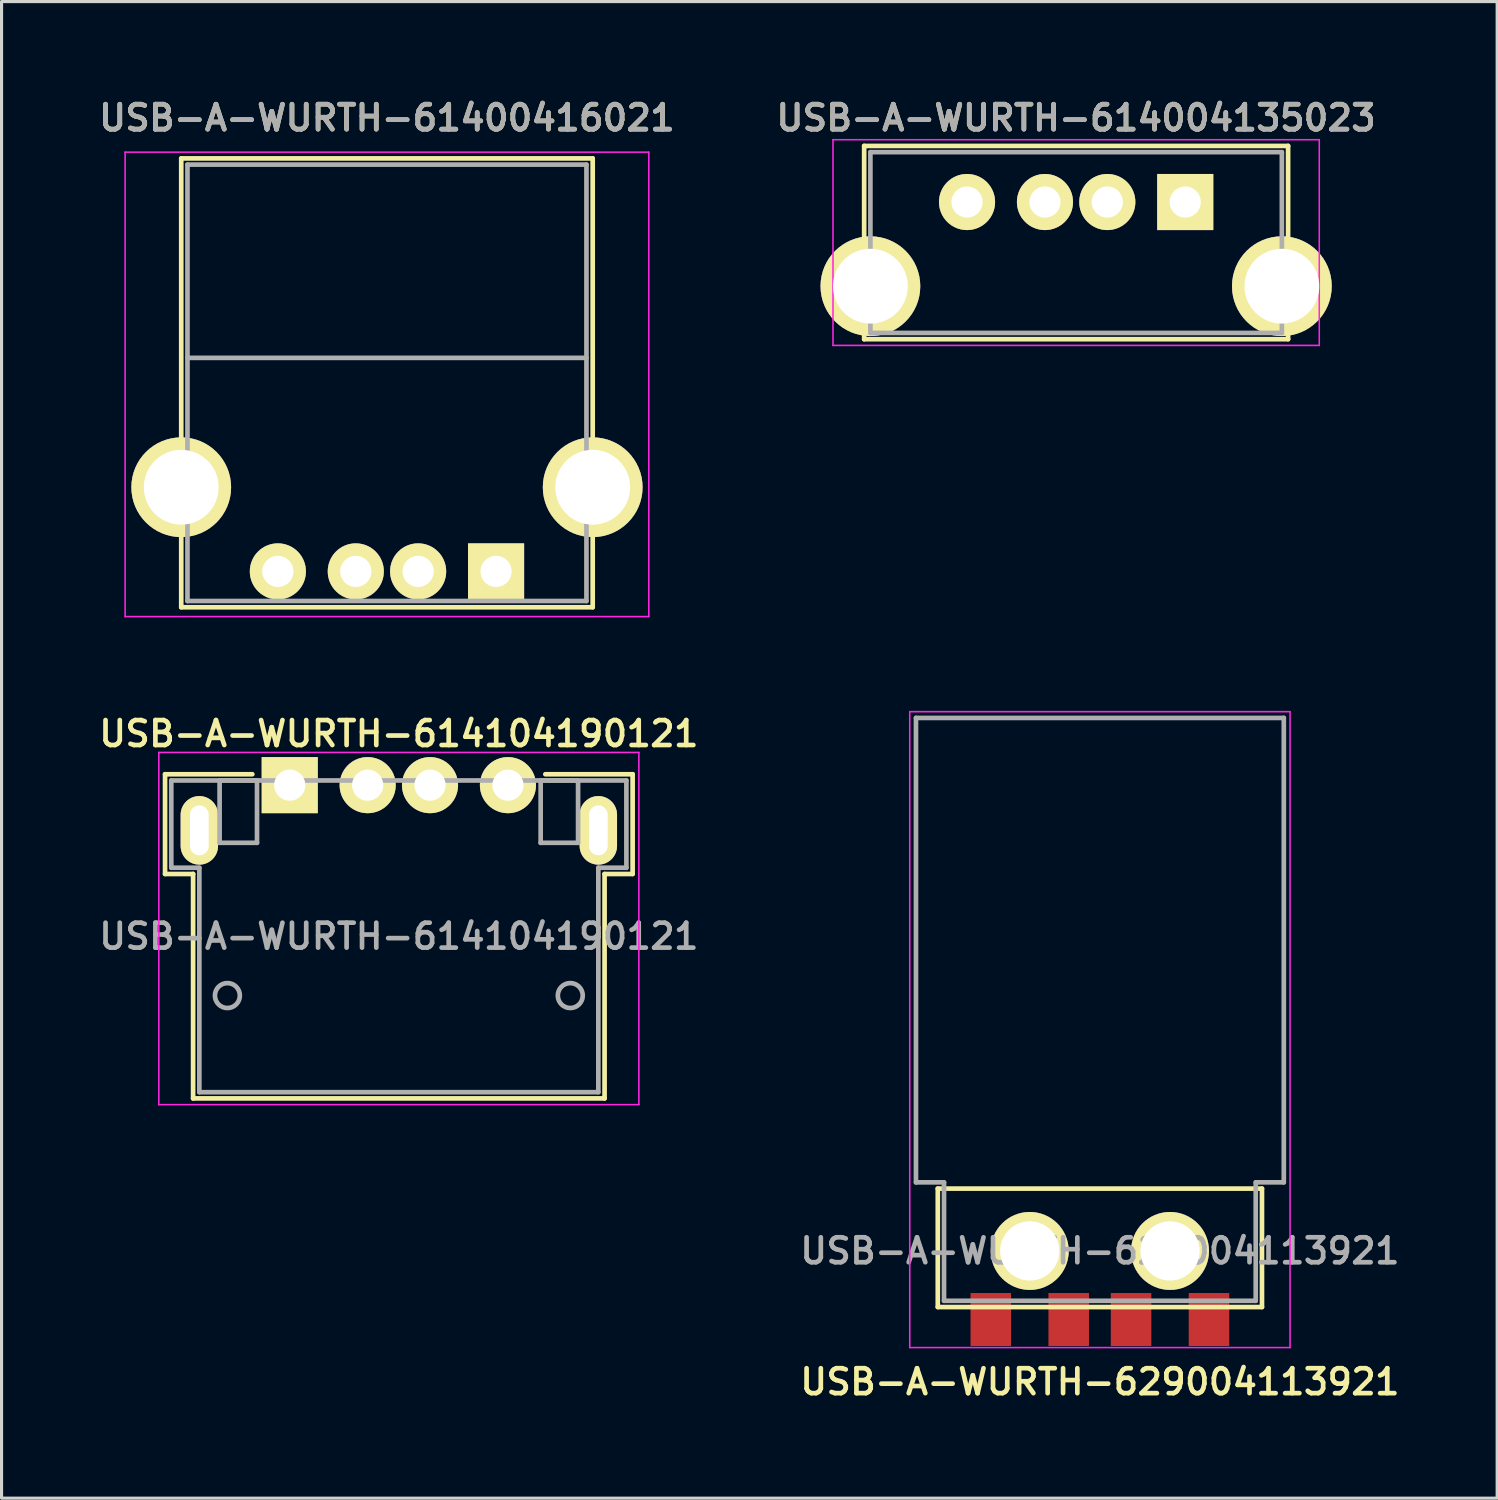
<source format=kicad_pcb>
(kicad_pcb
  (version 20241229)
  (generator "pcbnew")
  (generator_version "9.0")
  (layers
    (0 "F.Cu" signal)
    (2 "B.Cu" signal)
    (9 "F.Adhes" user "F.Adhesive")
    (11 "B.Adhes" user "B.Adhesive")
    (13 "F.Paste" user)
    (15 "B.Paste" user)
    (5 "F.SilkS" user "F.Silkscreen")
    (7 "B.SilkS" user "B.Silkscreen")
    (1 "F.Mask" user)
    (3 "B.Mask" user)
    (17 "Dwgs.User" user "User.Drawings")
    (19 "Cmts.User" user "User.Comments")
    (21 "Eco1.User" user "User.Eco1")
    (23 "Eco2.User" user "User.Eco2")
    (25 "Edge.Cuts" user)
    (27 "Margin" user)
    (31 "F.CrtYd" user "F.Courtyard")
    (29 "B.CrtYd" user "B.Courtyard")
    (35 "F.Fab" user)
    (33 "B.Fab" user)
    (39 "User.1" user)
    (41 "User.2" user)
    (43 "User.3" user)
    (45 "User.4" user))
  (footprint "USB-A-WURTH-61400416021"
    (layer "F.Cu")
    (at 9.364 9.231)
    (property "Reference" "USB-A-WURTH-61400416021" (at 0 -8.5 0) (layer "F.SilkS") (effects (font (size 0.8 0.8) (thickness 0.15))))
    (attr through_hole)
    (fp_line (start -6.6 -7.2) (end 6.6 -7.2) (stroke (width 0.15) (type solid)) (layer "F.SilkS"))
    (fp_line (start -6.6 7.2) (end -6.6 -7.2) (stroke (width 0.15) (type solid)) (layer "F.SilkS"))
    (fp_line (start -6.6 7.2) (end 6.6 7.2) (stroke (width 0.15) (type solid)) (layer "F.SilkS"))
    (fp_line (start 6.6 -7.2) (end 6.6 7.2) (stroke (width 0.15) (type solid)) (layer "F.SilkS"))
    (fp_line (start -8.4 -7.4) (end 8.4 -7.4) (stroke (width 0.05) (type solid)) (layer "F.CrtYd"))
    (fp_line (start -8.4 7.5) (end -8.4 -7.4) (stroke (width 0.05) (type solid)) (layer "F.CrtYd"))
    (fp_line (start 8.4 -7.4) (end 8.4 7.5) (stroke (width 0.05) (type solid)) (layer "F.CrtYd"))
    (fp_line (start 8.4 7.5) (end -8.4 7.5) (stroke (width 0.05) (type solid)) (layer "F.CrtYd"))
    (fp_line (start -6.4 -7) (end 6.4 -7) (stroke (width 0.15) (type solid)) (layer "F.Fab"))
    (fp_line (start -6.4 -0.8) (end 6.4 -0.8) (stroke (width 0.15) (type solid)) (layer "F.Fab"))
    (fp_line (start -6.4 7) (end -6.4 -7) (stroke (width 0.15) (type solid)) (layer "F.Fab"))
    (fp_line (start 6.4 -7) (end 6.4 7) (stroke (width 0.15) (type solid)) (layer "F.Fab"))
    (fp_line (start 6.4 7) (end -6.4 7) (stroke (width 0.15) (type solid)) (layer "F.Fab"))
    (fp_text user "${REFERENCE}" (at 0 -8.5 0) (layer "F.Fab") (effects (font (size 0.8 0.8) (thickness 0.15))))
    (pad "1" thru_hole rect (at 3.5 6.05) (size 1.8 1.8) (drill 1) (layers "*.Cu" "*.Mask" "F.SilkS"))
    (pad "3" thru_hole circle (at -1 6.05) (size 1.8 1.8) (drill 1) (layers "*.Cu" "*.Mask" "F.SilkS"))
    (pad "3" thru_hole circle (at 1 6.05) (size 1.8 1.8) (drill 1) (layers "*.Cu" "*.Mask" "F.SilkS"))
    (pad "4" thru_hole circle (at -3.5 6.05) (size 1.8 1.8) (drill 1) (layers "*.Cu" "*.Mask" "F.SilkS"))
    (pad "S1" thru_hole circle (at -6.6 3.35) (size 3.2 3.2) (drill 2.4) (layers "*.Cu" "*.Mask" "F.SilkS"))
    (pad "S2" thru_hole circle (at 6.6 3.35) (size 3.2 3.2) (drill 2.4) (layers "*.Cu" "*.Mask" "F.SilkS")))
  (footprint "USB-A-WURTH-614104190121"
    (layer "F.Cu")
    (at 9.745 26.988)
    (property "Reference" "USB-A-WURTH-614104190121" (at 0 -6.5 0) (layer "F.SilkS") (effects (font (size 0.8 0.8) (thickness 0.15))))
    (attr through_hole)
    (fp_line (start -7.5 -5.2) (end -4.7 -5.2) (stroke (width 0.15) (type solid)) (layer "F.SilkS"))
    (fp_line (start -7.5 -2) (end -7.5 -5.2) (stroke (width 0.15) (type solid)) (layer "F.SilkS"))
    (fp_line (start -6.6 -2) (end -7.5 -2) (stroke (width 0.15) (type solid)) (layer "F.SilkS"))
    (fp_line (start -6.6 5.2) (end -6.6 -2) (stroke (width 0.15) (type solid)) (layer "F.SilkS"))
    (fp_line (start -6.6 5.2) (end 6.6 5.2) (stroke (width 0.15) (type solid)) (layer "F.SilkS"))
    (fp_line (start 6.6 -2) (end 6.6 5.2) (stroke (width 0.15) (type solid)) (layer "F.SilkS"))
    (fp_line (start 7.5 -5.2) (end 4.7 -5.2) (stroke (width 0.15) (type solid)) (layer "F.SilkS"))
    (fp_line (start 7.5 -2) (end 6.6 -2) (stroke (width 0.15) (type solid)) (layer "F.SilkS"))
    (fp_line (start 7.5 -2) (end 7.5 -5.2) (stroke (width 0.15) (type solid)) (layer "F.SilkS"))
    (fp_line (start -7.7 -5.9) (end 7.7 -5.9) (stroke (width 0.05) (type solid)) (layer "F.CrtYd"))
    (fp_line (start -7.7 5.4) (end -7.7 -5.9) (stroke (width 0.05) (type solid)) (layer "F.CrtYd"))
    (fp_line (start 7.7 -5.9) (end 7.7 5.4) (stroke (width 0.05) (type solid)) (layer "F.CrtYd"))
    (fp_line (start 7.7 5.4) (end -7.7 5.4) (stroke (width 0.05) (type solid)) (layer "F.CrtYd"))
    (fp_line (start -7.3 -5) (end 7.3 -5) (stroke (width 0.15) (type solid)) (layer "F.Fab"))
    (fp_line (start -7.3 -2.2) (end -7.3 -5) (stroke (width 0.15) (type solid)) (layer "F.Fab"))
    (fp_line (start -6.4 -2.2) (end -7.3 -2.2) (stroke (width 0.15) (type solid)) (layer "F.Fab"))
    (fp_line (start -6.4 5) (end -6.4 -2.2) (stroke (width 0.15) (type solid)) (layer "F.Fab"))
    (fp_line (start -5.75 -5) (end -4.55 -5) (stroke (width 0.15) (type solid)) (layer "F.Fab"))
    (fp_line (start -5.75 -3) (end -5.75 -5) (stroke (width 0.15) (type solid)) (layer "F.Fab"))
    (fp_line (start -4.55 -5) (end -4.55 -3) (stroke (width 0.15) (type solid)) (layer "F.Fab"))
    (fp_line (start -4.55 -3) (end -5.75 -3) (stroke (width 0.15) (type solid)) (layer "F.Fab"))
    (fp_line (start 4.55 -5) (end 5.75 -5) (stroke (width 0.15) (type solid)) (layer "F.Fab"))
    (fp_line (start 4.55 -3) (end 4.55 -5) (stroke (width 0.15) (type solid)) (layer "F.Fab"))
    (fp_line (start 5.75 -5) (end 5.75 -3) (stroke (width 0.15) (type solid)) (layer "F.Fab"))
    (fp_line (start 5.75 -3) (end 4.55 -3) (stroke (width 0.15) (type solid)) (layer "F.Fab"))
    (fp_line (start 6.4 -2.2) (end 6.4 5) (stroke (width 0.15) (type solid)) (layer "F.Fab"))
    (fp_line (start 6.4 -2.2) (end 7.3 -2.2) (stroke (width 0.15) (type solid)) (layer "F.Fab"))
    (fp_line (start 6.4 5) (end -6.4 5) (stroke (width 0.15) (type solid)) (layer "F.Fab"))
    (fp_line (start 7.3 -2.2) (end 7.3 -5) (stroke (width 0.15) (type solid)) (layer "F.Fab"))
    (fp_circle (center -5.5 1.9) (end -5.1 1.9) (stroke (width 0.15) (type solid)) (fill no) (layer "F.Fab"))
    (fp_circle (center 5.5 1.9) (end 5.9 1.9) (stroke (width 0.15) (type solid)) (fill no) (layer "F.Fab"))
    (fp_text user "${REFERENCE}" (at 0 0 0) (layer "F.Fab") (effects (font (size 0.8 0.8) (thickness 0.15))))
    (pad "1" thru_hole rect (at -3.5 -4.85) (size 1.8 1.8) (drill 1) (layers "*.Cu" "*.Mask" "F.SilkS"))
    (pad "2" thru_hole circle (at -1 -4.85) (size 1.8 1.8) (drill 1) (layers "*.Cu" "*.Mask" "F.SilkS"))
    (pad "3" thru_hole circle (at 1 -4.85) (size 1.8 1.8) (drill 1) (layers "*.Cu" "*.Mask" "F.SilkS"))
    (pad "4" thru_hole circle (at 3.5 -4.85) (size 1.8 1.8) (drill 1) (layers "*.Cu" "*.Mask" "F.SilkS"))
    (pad "S1" thru_hole oval (at -6.4 -3.4) (size 1.2 2.2) (drill oval 0.6 1.6) (layers "*.Cu" "*.Mask" "F.SilkS"))
    (pad "S2" thru_hole oval (at 6.4 -3.4) (size 1.2 2.2) (drill oval 0.6 1.6) (layers "*.Cu" "*.Mask" "F.SilkS")))
  (footprint "USB-A-WURTH-629004113921"
    (layer "F.Cu")
    (at 32.235 29.281)
    (property "Reference" "USB-A-WURTH-629004113921" (at 0 12 0) (layer "F.SilkS") (effects (font (size 0.8 0.8) (thickness 0.15))))
    (attr through_hole)
    (fp_line (start -5.2 5.8) (end 5.2 5.8) (stroke (width 0.15) (type solid)) (layer "F.SilkS"))
    (fp_line (start -5.2 9.6) (end -5.2 5.8) (stroke (width 0.15) (type solid)) (layer "F.SilkS"))
    (fp_line (start -5.2 9.6) (end 5.2 9.6) (stroke (width 0.15) (type solid)) (layer "F.SilkS"))
    (fp_line (start 5.2 9.6) (end 5.2 5.8) (stroke (width 0.15) (type solid)) (layer "F.SilkS"))
    (fp_line (start -6.1 -9.5) (end -6.1 10.9) (stroke (width 0.05) (type solid)) (layer "F.CrtYd"))
    (fp_line (start 6.1 -9.5) (end -6.1 -9.5) (stroke (width 0.05) (type solid)) (layer "F.CrtYd"))
    (fp_line (start 6.1 10.9) (end -6.1 10.9) (stroke (width 0.05) (type solid)) (layer "F.CrtYd"))
    (fp_line (start 6.1 10.9) (end 6.1 -9.5) (stroke (width 0.05) (type solid)) (layer "F.CrtYd"))
    (fp_line (start -5.9 -9.3) (end 5.9 -9.3) (stroke (width 0.15) (type solid)) (layer "F.Fab"))
    (fp_line (start -5.9 5.6) (end -5.9 -9.3) (stroke (width 0.15) (type solid)) (layer "F.Fab"))
    (fp_line (start -5 5.6) (end -5.9 5.6) (stroke (width 0.15) (type solid)) (layer "F.Fab"))
    (fp_line (start -5 9.4) (end -5 5.6) (stroke (width 0.15) (type solid)) (layer "F.Fab"))
    (fp_line (start 5 5.6) (end 5.9 5.6) (stroke (width 0.15) (type solid)) (layer "F.Fab"))
    (fp_line (start 5 9.4) (end -5 9.4) (stroke (width 0.15) (type solid)) (layer "F.Fab"))
    (fp_line (start 5 9.4) (end 5 5.6) (stroke (width 0.15) (type solid)) (layer "F.Fab"))
    (fp_line (start 5.9 5.6) (end 5.9 -9.3) (stroke (width 0.15) (type solid)) (layer "F.Fab"))
    (fp_text user "${REFERENCE}" (at 0 7.8 0) (layer "F.Fab") (effects (font (size 0.8 0.8) (thickness 0.15))))
    (pad "1" smd rect (at -3.5 10) (size 1.3 1.7) (layers "F.Cu" "F.Mask" "F.Paste"))
    (pad "2" smd rect (at -1 10) (size 1.3 1.7) (layers "F.Cu" "F.Mask" "F.Paste"))
    (pad "3" smd rect (at 1 10) (size 1.3 1.7) (layers "F.Cu" "F.Mask" "F.Paste"))
    (pad "4" smd rect (at 3.5 10) (size 1.3 1.7) (layers "F.Cu" "F.Mask" "F.Paste"))
    (pad "S1" thru_hole circle (at -2.25 7.8) (size 2.5 2.5) (drill 1.9) (layers "*.Cu" "*.Mask" "F.SilkS"))
    (pad "S2" thru_hole circle (at 2.25 7.8) (size 2.5 2.5) (drill 1.9) (layers "*.Cu" "*.Mask" "F.SilkS")))
  (footprint "USB-A-WURTH-614004135023"
    (layer "F.Cu")
    (at 31.473 4.731)
    (property "Reference" "USB-A-WURTH-614004135023" (at 0 -4 0) (layer "F.SilkS") (effects (font (size 0.8 0.8) (thickness 0.15))))
    (attr through_hole)
    (fp_line (start -6.8 -3.1) (end 6.8 -3.1) (stroke (width 0.15) (type solid)) (layer "F.SilkS"))
    (fp_line (start -6.8 3.1) (end -6.8 -3.1) (stroke (width 0.15) (type solid)) (layer "F.SilkS"))
    (fp_line (start -6.8 3.1) (end 6.8 3.1) (stroke (width 0.15) (type solid)) (layer "F.SilkS"))
    (fp_line (start 6.8 -3.1) (end 6.8 3.1) (stroke (width 0.15) (type solid)) (layer "F.SilkS"))
    (fp_line (start -7.8 -3.3) (end 7.8 -3.3) (stroke (width 0.05) (type solid)) (layer "F.CrtYd"))
    (fp_line (start -7.8 3.3) (end -7.8 -3.3) (stroke (width 0.05) (type solid)) (layer "F.CrtYd"))
    (fp_line (start 7.8 -3.3) (end 7.8 3.3) (stroke (width 0.05) (type solid)) (layer "F.CrtYd"))
    (fp_line (start 7.8 3.3) (end -7.8 3.3) (stroke (width 0.05) (type solid)) (layer "F.CrtYd"))
    (fp_line (start -6.6 -2.9) (end 6.6 -2.9) (stroke (width 0.15) (type solid)) (layer "F.Fab"))
    (fp_line (start -6.6 2.9) (end -6.6 -2.9) (stroke (width 0.15) (type solid)) (layer "F.Fab"))
    (fp_line (start 6.6 -2.9) (end 6.6 2.9) (stroke (width 0.15) (type solid)) (layer "F.Fab"))
    (fp_line (start 6.6 2.9) (end -6.6 2.9) (stroke (width 0.15) (type solid)) (layer "F.Fab"))
    (fp_text user "${REFERENCE}" (at 0 -4 0) (layer "F.Fab") (effects (font (size 0.8 0.8) (thickness 0.15))))
    (pad "1" thru_hole rect (at 3.5 -1.3) (size 1.8 1.8) (drill 1) (layers "*.Cu" "*.Mask" "F.SilkS"))
    (pad "2" thru_hole circle (at 1 -1.3) (size 1.8 1.8) (drill 1) (layers "*.Cu" "*.Mask" "F.SilkS"))
    (pad "3" thru_hole circle (at -1 -1.3) (size 1.8 1.8) (drill 1) (layers "*.Cu" "*.Mask" "F.SilkS"))
    (pad "4" thru_hole circle (at -3.5 -1.3) (size 1.8 1.8) (drill 1) (layers "*.Cu" "*.Mask" "F.SilkS"))
    (pad "S1" thru_hole circle (at -6.6 1.4) (size 3.2 3.2) (drill 2.4) (layers "*.Cu" "*.Mask" "F.SilkS"))
    (pad "S2" thru_hole circle (at 6.6 1.4) (size 3.2 3.2) (drill 2.4) (layers "*.Cu" "*.Mask" "F.SilkS")))
  (gr_rect
    (start -3 -3)
    (end 44.98 45.013)
    (stroke (width 0.1) (type default))
    (fill no)
    (layer "Edge.Cuts")))
</source>
